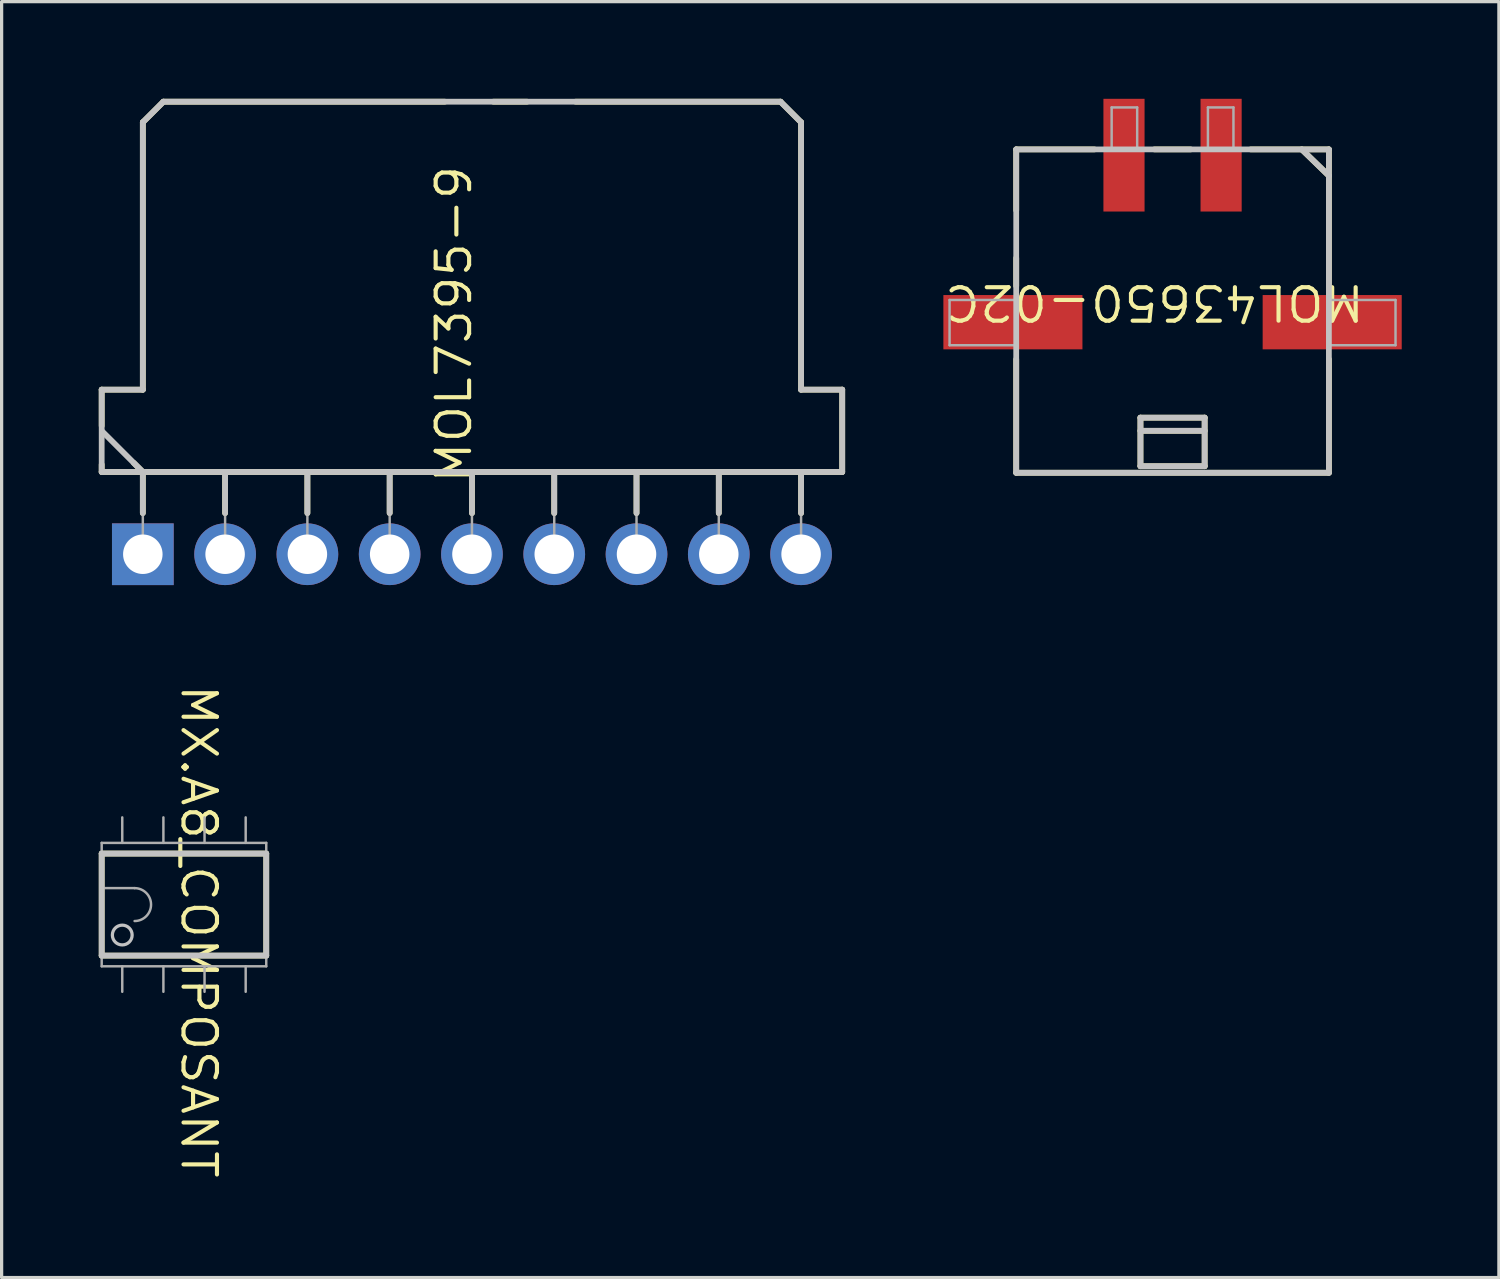
<source format=kicad_pcb>
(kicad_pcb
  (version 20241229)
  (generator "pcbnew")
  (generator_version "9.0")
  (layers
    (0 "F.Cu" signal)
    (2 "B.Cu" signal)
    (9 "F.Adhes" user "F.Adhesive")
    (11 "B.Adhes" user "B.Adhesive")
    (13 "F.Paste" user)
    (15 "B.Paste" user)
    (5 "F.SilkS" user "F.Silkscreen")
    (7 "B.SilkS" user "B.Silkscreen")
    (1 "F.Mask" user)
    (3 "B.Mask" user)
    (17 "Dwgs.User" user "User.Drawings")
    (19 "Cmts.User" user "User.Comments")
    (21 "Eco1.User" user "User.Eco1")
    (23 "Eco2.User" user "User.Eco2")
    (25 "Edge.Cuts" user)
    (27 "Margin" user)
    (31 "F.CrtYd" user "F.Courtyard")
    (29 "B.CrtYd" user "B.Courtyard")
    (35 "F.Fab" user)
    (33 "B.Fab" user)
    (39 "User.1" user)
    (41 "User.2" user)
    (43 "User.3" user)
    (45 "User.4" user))
  (footprint "MX.A8_COMPOSANT"
    (layer "F.Cu")
    (at 2.629 24.874)
    (property "Reference" "MX.A8_COMPOSANT" (at 0.457 0.826 270) (unlocked yes) (layer "F.SilkS") (effects (font (size 1.033 1.087) (thickness 0.127))))
    (attr smd)
    (fp_line (start -2.54 -1.575) (end 2.54 -1.575) (stroke (width 0.178) (type solid)) (layer "F.SilkS"))
    (fp_line (start -2.54 1.575) (end -2.54 -1.575) (stroke (width 0.178) (type solid)) (layer "F.SilkS"))
    (fp_line (start -2.54 1.575) (end 2.54 1.575) (stroke (width 0.178) (type solid)) (layer "F.SilkS"))
    (fp_line (start 2.54 1.575) (end 2.54 -1.575) (stroke (width 0.178) (type solid)) (layer "F.SilkS"))
    (fp_line (start -2.54 -1.575) (end 2.54 -1.575) (stroke (width 0.178) (type solid)) (layer "Dwgs.User"))
    (fp_line (start -2.54 1.575) (end -2.54 -1.575) (stroke (width 0.178) (type solid)) (layer "Dwgs.User"))
    (fp_line (start -2.54 1.575) (end 2.54 1.575) (stroke (width 0.178) (type solid)) (layer "Dwgs.User"))
    (fp_line (start 2.54 1.575) (end 2.54 -1.575) (stroke (width 0.178) (type solid)) (layer "Dwgs.User"))
    (fp_circle (center -1.905 0.94) (end -1.6 0.94) (stroke (width 0.1) (type solid)) (fill no) (layer "Dwgs.User"))
    (fp_line (start -2.54 -1.905) (end 2.54 -1.905) (stroke (width 0.076) (type solid)) (layer "F.Fab"))
    (fp_line (start -2.54 -0.508) (end -1.524 -0.508) (stroke (width 0.076) (type solid)) (layer "F.Fab"))
    (fp_line (start -2.54 0.508) (end -2.54 -0.508) (stroke (width 0.076) (type solid)) (layer "F.Fab"))
    (fp_line (start -2.54 1.905) (end -2.54 -1.905) (stroke (width 0.076) (type solid)) (layer "F.Fab"))
    (fp_line (start -2.54 1.905) (end 2.54 1.905) (stroke (width 0.076) (type solid)) (layer "F.Fab"))
    (fp_line (start -1.905 -1.905) (end -1.905 -2.692) (stroke (width 0.076) (type solid)) (layer "F.Fab"))
    (fp_line (start -1.905 2.692) (end -1.905 1.905) (stroke (width 0.076) (type solid)) (layer "F.Fab"))
    (fp_line (start -0.635 -1.905) (end -0.635 -2.692) (stroke (width 0.076) (type solid)) (layer "F.Fab"))
    (fp_line (start -0.635 2.692) (end -0.635 1.905) (stroke (width 0.076) (type solid)) (layer "F.Fab"))
    (fp_line (start 0.635 -1.905) (end 0.635 -2.692) (stroke (width 0.076) (type solid)) (layer "F.Fab"))
    (fp_line (start 0.635 2.692) (end 0.635 1.905) (stroke (width 0.076) (type solid)) (layer "F.Fab"))
    (fp_line (start 1.905 -1.905) (end 1.905 -2.692) (stroke (width 0.076) (type solid)) (layer "F.Fab"))
    (fp_line (start 1.905 2.692) (end 1.905 1.905) (stroke (width 0.076) (type solid)) (layer "F.Fab"))
    (fp_line (start 2.54 1.905) (end 2.54 -1.905) (stroke (width 0.076) (type solid)) (layer "F.Fab"))
    (fp_arc (start -1.524 -0.508) (mid -1.016 0) (end -1.524 0.508) (stroke (width 0.0762) (type solid)) (layer "F.Fab")))
  (footprint "MOL7395-9"
    (layer "F.Cu")
    (at 1.359 14.059)
    (property "Reference" "MOL7395-9" (at 9.601 -7.099 90) (unlocked yes) (layer "F.SilkS") (effects (font (size 1.033 1.087) (thickness 0.127))))
    (attr smd)
    (fp_line (start -1.27 -5.08) (end 0 -5.08) (stroke (width 0.178) (type solid)) (layer "F.SilkS"))
    (fp_line (start -1.27 -3.962) (end -1.27 -5.08) (stroke (width 0.178) (type solid)) (layer "F.SilkS"))
    (fp_line (start -1.27 -2.54) (end -1.27 -2.769) (stroke (width 0.178) (type solid)) (layer "F.SilkS"))
    (fp_line (start -1.27 -2.54) (end 21.59 -2.54) (stroke (width 0.178) (type solid)) (layer "F.SilkS"))
    (fp_line (start -0.279 -2.819) (end 0 -2.54) (stroke (width 0.178) (type solid)) (layer "F.SilkS"))
    (fp_line (start 0 -13.335) (end 0.635 -13.97) (stroke (width 0.178) (type solid)) (layer "F.SilkS"))
    (fp_line (start 0 -5.08) (end 0 -13.335) (stroke (width 0.178) (type solid)) (layer "F.SilkS"))
    (fp_line (start 0 -1.27) (end 0 -2.54) (stroke (width 0.178) (type solid)) (layer "F.SilkS"))
    (fp_line (start 0.635 -13.97) (end 9.322 -13.97) (stroke (width 0.178) (type solid)) (layer "F.SilkS"))
    (fp_line (start 2.54 -1.27) (end 2.54 -2.54) (stroke (width 0.178) (type solid)) (layer "F.SilkS"))
    (fp_line (start 5.08 -1.27) (end 5.08 -2.54) (stroke (width 0.178) (type solid)) (layer "F.SilkS"))
    (fp_line (start 7.62 -1.27) (end 7.62 -2.54) (stroke (width 0.178) (type solid)) (layer "F.SilkS"))
    (fp_line (start 10.16 -1.27) (end 10.16 -2.54) (stroke (width 0.178) (type solid)) (layer "F.SilkS"))
    (fp_line (start 10.82 -13.97) (end 11.862 -13.97) (stroke (width 0.178) (type solid)) (layer "F.SilkS"))
    (fp_line (start 12.7 -1.27) (end 12.7 -2.54) (stroke (width 0.178) (type solid)) (layer "F.SilkS"))
    (fp_line (start 13.36 -13.97) (end 19.685 -13.97) (stroke (width 0.178) (type solid)) (layer "F.SilkS"))
    (fp_line (start 15.24 -1.27) (end 15.24 -2.54) (stroke (width 0.178) (type solid)) (layer "F.SilkS"))
    (fp_line (start 17.78 -1.27) (end 17.78 -2.54) (stroke (width 0.178) (type solid)) (layer "F.SilkS"))
    (fp_line (start 19.685 -13.97) (end 20.32 -13.335) (stroke (width 0.178) (type solid)) (layer "F.SilkS"))
    (fp_line (start 20.32 -5.08) (end 20.32 -13.335) (stroke (width 0.178) (type solid)) (layer "F.SilkS"))
    (fp_line (start 20.32 -5.08) (end 21.59 -5.08) (stroke (width 0.178) (type solid)) (layer "F.SilkS"))
    (fp_line (start 20.32 -1.27) (end 20.32 -2.54) (stroke (width 0.178) (type solid)) (layer "F.SilkS"))
    (fp_line (start 21.59 -2.54) (end 21.59 -5.08) (stroke (width 0.178) (type solid)) (layer "F.SilkS"))
    (fp_line (start -1.27 -5.08) (end 0 -5.08) (stroke (width 0.178) (type solid)) (layer "Dwgs.User"))
    (fp_line (start -1.27 -2.54) (end -1.27 -5.08) (stroke (width 0.178) (type solid)) (layer "Dwgs.User"))
    (fp_line (start -1.27 -2.54) (end 21.59 -2.54) (stroke (width 0.178) (type solid)) (layer "Dwgs.User"))
    (fp_line (start -1.245 -3.785) (end 0 -2.54) (stroke (width 0.178) (type solid)) (layer "Dwgs.User"))
    (fp_line (start 0 -13.335) (end 0.635 -13.97) (stroke (width 0.178) (type solid)) (layer "Dwgs.User"))
    (fp_line (start 0 -5.08) (end 0 -13.335) (stroke (width 0.178) (type solid)) (layer "Dwgs.User"))
    (fp_line (start 0 -1.27) (end 0 -2.54) (stroke (width 0.178) (type solid)) (layer "Dwgs.User"))
    (fp_line (start 0.635 -13.97) (end 19.685 -13.97) (stroke (width 0.178) (type solid)) (layer "Dwgs.User"))
    (fp_line (start 2.54 -1.27) (end 2.54 -2.54) (stroke (width 0.178) (type solid)) (layer "Dwgs.User"))
    (fp_line (start 5.08 -1.27) (end 5.08 -2.54) (stroke (width 0.178) (type solid)) (layer "Dwgs.User"))
    (fp_line (start 7.62 -1.27) (end 7.62 -2.54) (stroke (width 0.178) (type solid)) (layer "Dwgs.User"))
    (fp_line (start 10.16 -1.27) (end 10.16 -2.54) (stroke (width 0.178) (type solid)) (layer "Dwgs.User"))
    (fp_line (start 12.7 -1.27) (end 12.7 -2.54) (stroke (width 0.178) (type solid)) (layer "Dwgs.User"))
    (fp_line (start 15.24 -1.27) (end 15.24 -2.54) (stroke (width 0.178) (type solid)) (layer "Dwgs.User"))
    (fp_line (start 17.78 -1.27) (end 17.78 -2.54) (stroke (width 0.178) (type solid)) (layer "Dwgs.User"))
    (fp_line (start 19.685 -13.97) (end 20.32 -13.335) (stroke (width 0.178) (type solid)) (layer "Dwgs.User"))
    (fp_line (start 20.32 -5.08) (end 20.32 -13.335) (stroke (width 0.178) (type solid)) (layer "Dwgs.User"))
    (fp_line (start 20.32 -5.08) (end 21.59 -5.08) (stroke (width 0.178) (type solid)) (layer "Dwgs.User"))
    (fp_line (start 20.32 -1.27) (end 20.32 -2.54) (stroke (width 0.178) (type solid)) (layer "Dwgs.User"))
    (fp_line (start 21.59 -2.54) (end 21.59 -5.08) (stroke (width 0.178) (type solid)) (layer "Dwgs.User"))
    (fp_line (start -1.27 -5.08) (end 0 -5.08) (stroke (width 0.076) (type solid)) (layer "F.Fab"))
    (fp_line (start -1.27 -2.54) (end -1.27 -5.08) (stroke (width 0.076) (type solid)) (layer "F.Fab"))
    (fp_line (start -1.27 -2.54) (end 21.59 -2.54) (stroke (width 0.076) (type solid)) (layer "F.Fab"))
    (fp_line (start -1.245 -3.785) (end 0 -2.54) (stroke (width 0.076) (type solid)) (layer "F.Fab"))
    (fp_line (start 0 -13.335) (end 0.635 -13.97) (stroke (width 0.076) (type solid)) (layer "F.Fab"))
    (fp_line (start 0 -5.08) (end 0 -13.335) (stroke (width 0.076) (type solid)) (layer "F.Fab"))
    (fp_line (start 0 0) (end 0 -2.54) (stroke (width 0.076) (type solid)) (layer "F.Fab"))
    (fp_line (start 0.635 -13.97) (end 19.685 -13.97) (stroke (width 0.076) (type solid)) (layer "F.Fab"))
    (fp_line (start 2.54 0) (end 2.54 -2.54) (stroke (width 0.076) (type solid)) (layer "F.Fab"))
    (fp_line (start 5.08 0) (end 5.08 -2.54) (stroke (width 0.076) (type solid)) (layer "F.Fab"))
    (fp_line (start 7.62 0) (end 7.62 -2.54) (stroke (width 0.076) (type solid)) (layer "F.Fab"))
    (fp_line (start 10.16 0) (end 10.16 -2.54) (stroke (width 0.076) (type solid)) (layer "F.Fab"))
    (fp_line (start 12.7 0) (end 12.7 -2.54) (stroke (width 0.076) (type solid)) (layer "F.Fab"))
    (fp_line (start 15.24 0) (end 15.24 -2.54) (stroke (width 0.076) (type solid)) (layer "F.Fab"))
    (fp_line (start 17.78 0) (end 17.78 -2.54) (stroke (width 0.076) (type solid)) (layer "F.Fab"))
    (fp_line (start 19.685 -13.97) (end 20.32 -13.335) (stroke (width 0.076) (type solid)) (layer "F.Fab"))
    (fp_line (start 20.32 -5.08) (end 20.32 -13.335) (stroke (width 0.076) (type solid)) (layer "F.Fab"))
    (fp_line (start 20.32 -5.08) (end 21.59 -5.08) (stroke (width 0.076) (type solid)) (layer "F.Fab"))
    (fp_line (start 20.32 0) (end 20.32 -2.54) (stroke (width 0.076) (type solid)) (layer "F.Fab"))
    (fp_line (start 21.59 -2.54) (end 21.59 -5.08) (stroke (width 0.076) (type solid)) (layer "F.Fab"))
    (pad "1" thru_hole rect (at 0 0) (size 1.905 1.905) (drill 1.219) (layers "*.Cu" "*.Mask"))
    (pad "2" thru_hole circle (at 2.54 0) (size 1.905 1.905) (drill 1.219) (layers "*.Cu" "*.Mask"))
    (pad "3" thru_hole circle (at 5.08 0) (size 1.905 1.905) (drill 1.219) (layers "*.Cu" "*.Mask"))
    (pad "4" thru_hole circle (at 7.62 0) (size 1.905 1.905) (drill 1.219) (layers "*.Cu" "*.Mask"))
    (pad "5" thru_hole circle (at 10.16 0) (size 1.905 1.905) (drill 1.219) (layers "*.Cu" "*.Mask"))
    (pad "6" thru_hole circle (at 12.7 0) (size 1.905 1.905) (drill 1.219) (layers "*.Cu" "*.Mask"))
    (pad "7" thru_hole circle (at 15.24 0) (size 1.905 1.905) (drill 1.219) (layers "*.Cu" "*.Mask"))
    (pad "8" thru_hole circle (at 17.78 0) (size 1.905 1.905) (drill 1.219) (layers "*.Cu" "*.Mask"))
    (pad "9" thru_hole circle (at 20.32 0) (size 1.905 1.905) (drill 1.219) (layers "*.Cu" "*.Mask")))
  (footprint "MOL43650-02C"
    (layer "F.Cu")
    (at 33.146 1.74)
    (property "Reference" "MOL43650-02C" (at -0.559 4.547 180) (unlocked yes) (layer "F.SilkS") (effects (font (size 1.033 1.087) (thickness 0.127))))
    (attr smd)
    (fp_line (start -4.826 -0.178) (end -2.413 -0.178) (stroke (width 0.178) (type solid)) (layer "F.SilkS"))
    (fp_line (start -4.826 1.702) (end -4.826 -0.178) (stroke (width 0.178) (type solid)) (layer "F.SilkS"))
    (fp_line (start -4.826 4.039) (end -4.826 3.175) (stroke (width 0.178) (type solid)) (layer "F.SilkS"))
    (fp_line (start -4.826 9.804) (end -4.826 6.299) (stroke (width 0.178) (type solid)) (layer "F.SilkS"))
    (fp_line (start -4.826 9.804) (end 4.826 9.804) (stroke (width 0.178) (type solid)) (layer "F.SilkS"))
    (fp_line (start -0.991 8.103) (end 0.991 8.103) (stroke (width 0.178) (type solid)) (layer "F.SilkS"))
    (fp_line (start -0.991 8.509) (end 0.991 8.509) (stroke (width 0.178) (type solid)) (layer "F.SilkS"))
    (fp_line (start -0.991 9.601) (end -0.991 8.103) (stroke (width 0.178) (type solid)) (layer "F.SilkS"))
    (fp_line (start -0.991 9.601) (end 0.991 9.601) (stroke (width 0.178) (type solid)) (layer "F.SilkS"))
    (fp_line (start -0.559 -0.178) (end 0.559 -0.178) (stroke (width 0.178) (type solid)) (layer "F.SilkS"))
    (fp_line (start 0.991 9.601) (end 0.991 8.103) (stroke (width 0.178) (type solid)) (layer "F.SilkS"))
    (fp_line (start 2.413 -0.178) (end 4.826 -0.178) (stroke (width 0.178) (type solid)) (layer "F.SilkS"))
    (fp_line (start 3.988 -0.178) (end 4.826 0.635) (stroke (width 0.178) (type solid)) (layer "F.SilkS"))
    (fp_line (start 4.826 4.039) (end 4.826 -0.178) (stroke (width 0.178) (type solid)) (layer "F.SilkS"))
    (fp_line (start 4.826 9.804) (end 4.826 6.299) (stroke (width 0.178) (type solid)) (layer "F.SilkS"))
    (fp_line (start -4.826 -0.178) (end 4.826 -0.178) (stroke (width 0.178) (type solid)) (layer "Dwgs.User"))
    (fp_line (start -4.826 9.804) (end -4.826 -0.178) (stroke (width 0.178) (type solid)) (layer "Dwgs.User"))
    (fp_line (start -4.826 9.804) (end 4.826 9.804) (stroke (width 0.178) (type solid)) (layer "Dwgs.User"))
    (fp_line (start -0.991 8.103) (end 0.991 8.103) (stroke (width 0.178) (type solid)) (layer "Dwgs.User"))
    (fp_line (start -0.991 8.509) (end 0.991 8.509) (stroke (width 0.178) (type solid)) (layer "Dwgs.User"))
    (fp_line (start -0.991 9.601) (end -0.991 8.103) (stroke (width 0.178) (type solid)) (layer "Dwgs.User"))
    (fp_line (start -0.991 9.601) (end 0.991 9.601) (stroke (width 0.178) (type solid)) (layer "Dwgs.User"))
    (fp_line (start 0.991 9.601) (end 0.991 8.103) (stroke (width 0.178) (type solid)) (layer "Dwgs.User"))
    (fp_line (start 3.988 -0.178) (end 4.826 0.635) (stroke (width 0.178) (type solid)) (layer "Dwgs.User"))
    (fp_line (start 4.826 9.804) (end 4.826 -0.178) (stroke (width 0.178) (type solid)) (layer "Dwgs.User"))
    (fp_line (start -6.883 4.47) (end -4.826 4.47) (stroke (width 0.076) (type solid)) (layer "F.Fab"))
    (fp_line (start -6.883 5.867) (end -6.883 4.47) (stroke (width 0.076) (type solid)) (layer "F.Fab"))
    (fp_line (start -6.883 5.867) (end -4.826 5.867) (stroke (width 0.076) (type solid)) (layer "F.Fab"))
    (fp_line (start -4.826 -0.178) (end 4.826 -0.178) (stroke (width 0.076) (type solid)) (layer "F.Fab"))
    (fp_line (start -4.826 5.867) (end -4.826 4.47) (stroke (width 0.076) (type solid)) (layer "F.Fab"))
    (fp_line (start -4.826 9.804) (end -4.826 -0.178) (stroke (width 0.076) (type solid)) (layer "F.Fab"))
    (fp_line (start -4.826 9.804) (end 4.826 9.804) (stroke (width 0.076) (type solid)) (layer "F.Fab"))
    (fp_line (start -1.88 -1.473) (end -1.092 -1.473) (stroke (width 0.076) (type solid)) (layer "F.Fab"))
    (fp_line (start -1.88 -0.178) (end -1.88 -1.473) (stroke (width 0.076) (type solid)) (layer "F.Fab"))
    (fp_line (start -1.092 -0.178) (end -1.092 -1.473) (stroke (width 0.076) (type solid)) (layer "F.Fab"))
    (fp_line (start -0.991 8.103) (end 0.991 8.103) (stroke (width 0.076) (type solid)) (layer "F.Fab"))
    (fp_line (start -0.991 8.509) (end 0.991 8.509) (stroke (width 0.076) (type solid)) (layer "F.Fab"))
    (fp_line (start -0.991 9.601) (end -0.991 8.103) (stroke (width 0.076) (type solid)) (layer "F.Fab"))
    (fp_line (start -0.991 9.601) (end 0.991 9.601) (stroke (width 0.076) (type solid)) (layer "F.Fab"))
    (fp_line (start 0.991 9.601) (end 0.991 8.103) (stroke (width 0.076) (type solid)) (layer "F.Fab"))
    (fp_line (start 1.092 -1.473) (end 1.88 -1.473) (stroke (width 0.076) (type solid)) (layer "F.Fab"))
    (fp_line (start 1.092 -0.178) (end 1.092 -1.473) (stroke (width 0.076) (type solid)) (layer "F.Fab"))
    (fp_line (start 1.88 -0.178) (end 1.88 -1.473) (stroke (width 0.076) (type solid)) (layer "F.Fab"))
    (fp_line (start 3.988 -0.178) (end 4.826 0.635) (stroke (width 0.076) (type solid)) (layer "F.Fab"))
    (fp_line (start 4.826 4.47) (end 6.883 4.47) (stroke (width 0.076) (type solid)) (layer "F.Fab"))
    (fp_line (start 4.826 5.867) (end 4.826 4.47) (stroke (width 0.076) (type solid)) (layer "F.Fab"))
    (fp_line (start 4.826 5.867) (end 6.883 5.867) (stroke (width 0.076) (type solid)) (layer "F.Fab"))
    (fp_line (start 4.826 9.804) (end 4.826 -0.178) (stroke (width 0.076) (type solid)) (layer "F.Fab"))
    (fp_line (start 6.883 5.867) (end 6.883 4.47) (stroke (width 0.076) (type solid)) (layer "F.Fab"))
    (pad "1" smd rect (at 1.499 0) (size 1.27 3.48) (layers "F.Cu" "F.Mask" "F.Paste"))
    (pad "2" smd rect (at -1.499 0) (size 1.27 3.48) (layers "F.Cu" "F.Mask" "F.Paste"))
    (pad "3" smd rect (at -4.928 5.156 90) (size 1.676 4.293) (layers "F.Cu" "F.Mask" "F.Paste"))
    (pad "4" smd rect (at 4.928 5.156 90) (size 1.676 4.293) (layers "F.Cu" "F.Mask" "F.Paste")))
  (gr_rect
    (start -3 -3)
    (end 43.22 36.388)
    (stroke (width 0.1) (type default))
    (fill no)
    (layer "Edge.Cuts")))
</source>
